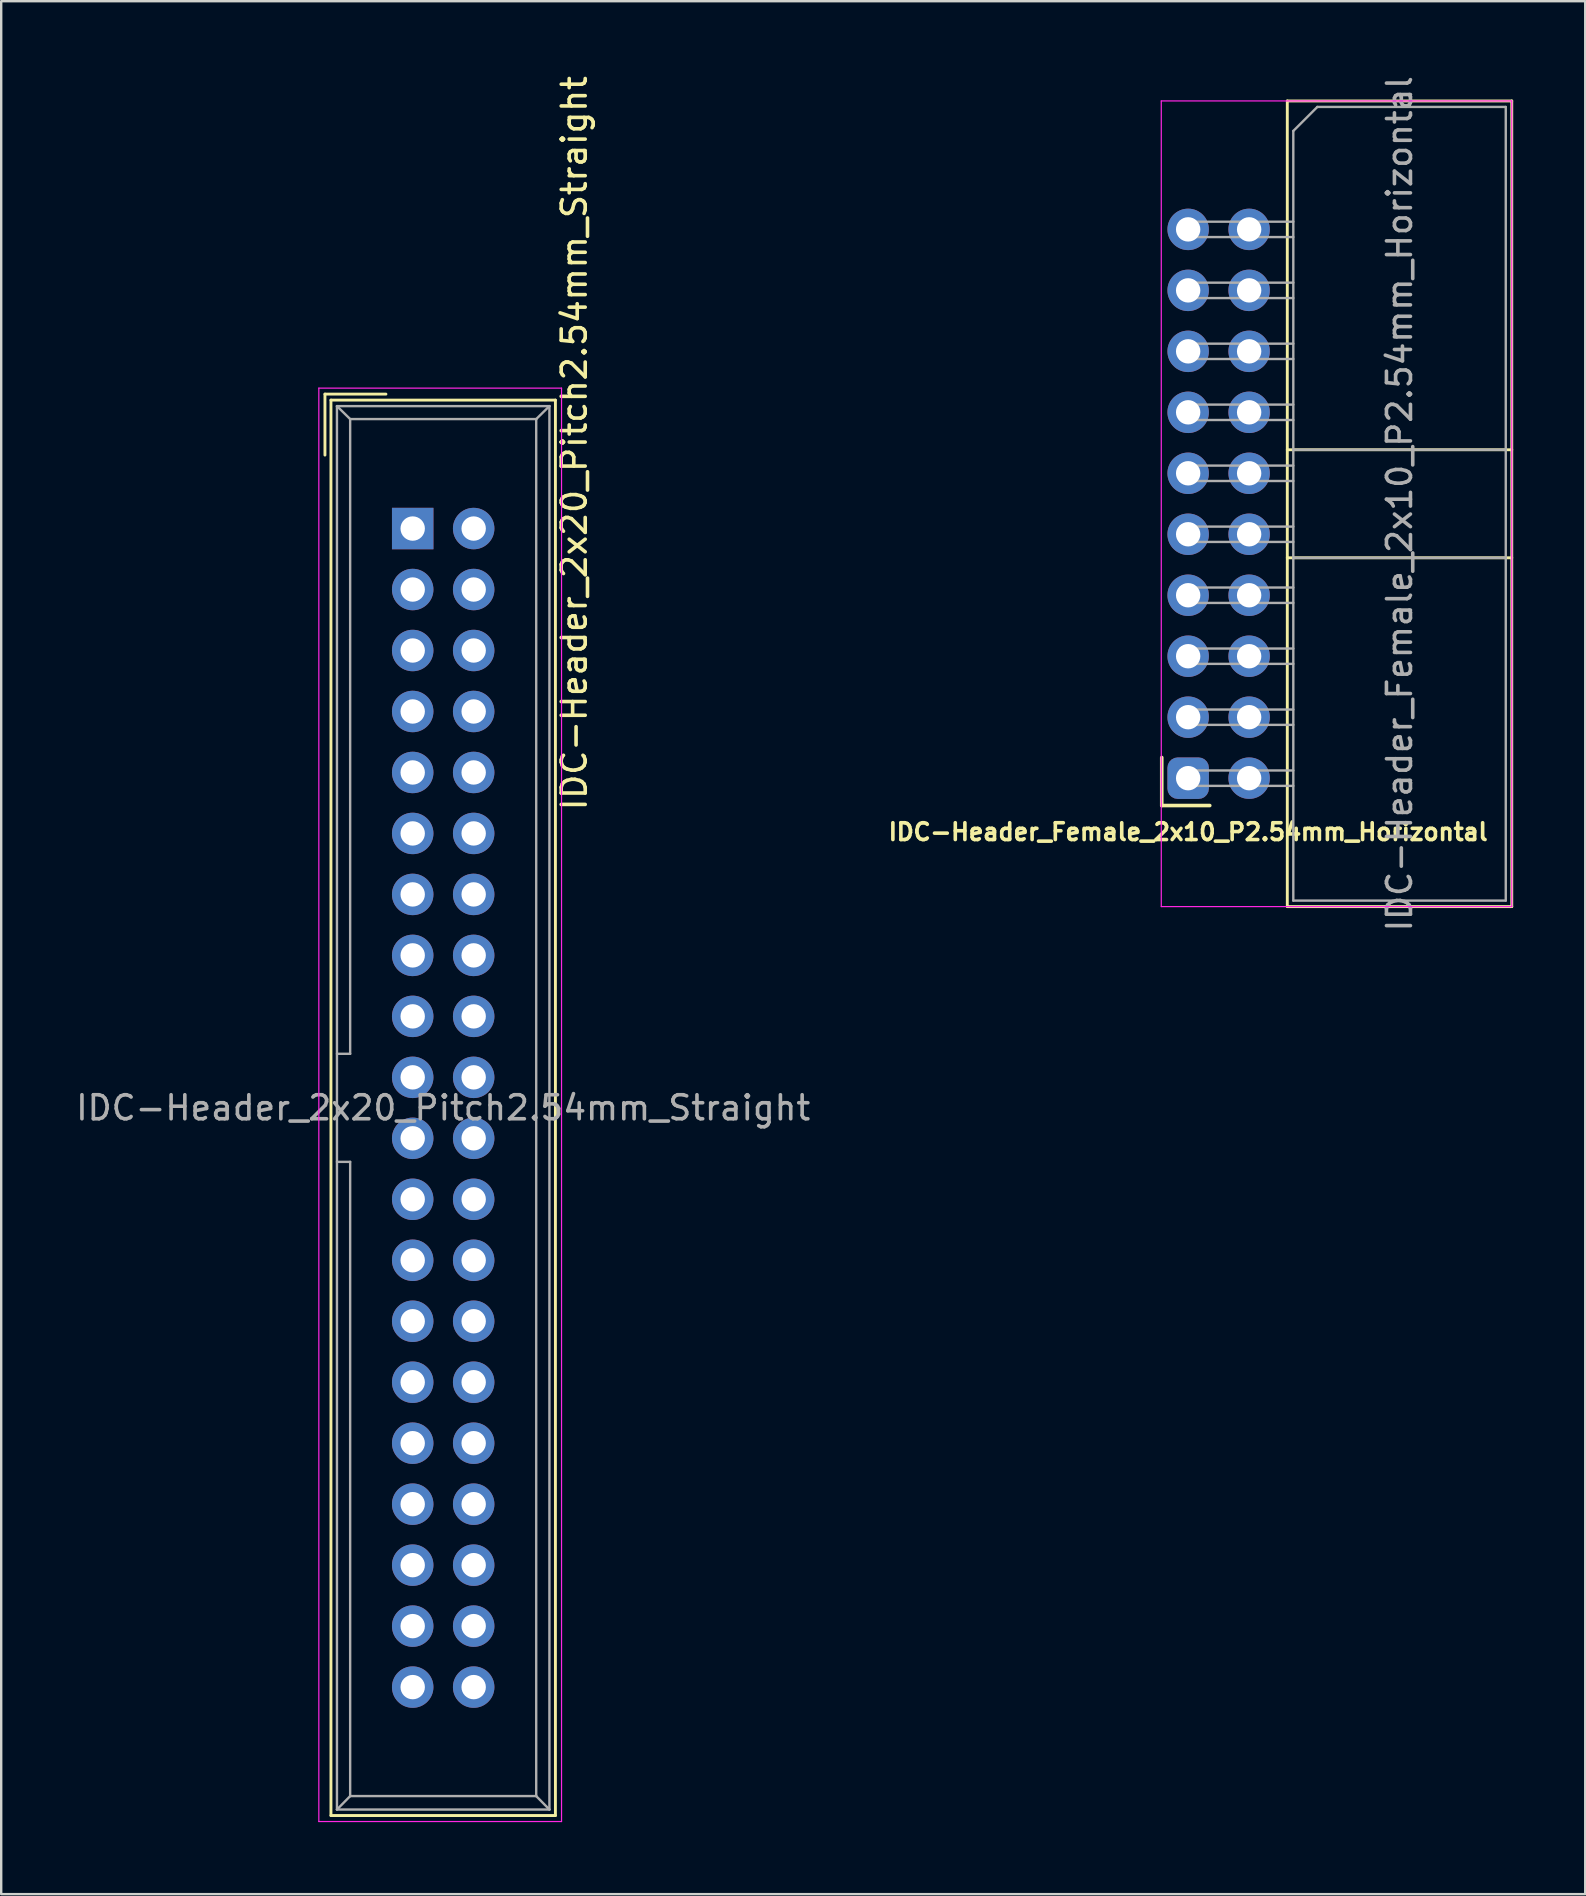
<source format=kicad_pcb>
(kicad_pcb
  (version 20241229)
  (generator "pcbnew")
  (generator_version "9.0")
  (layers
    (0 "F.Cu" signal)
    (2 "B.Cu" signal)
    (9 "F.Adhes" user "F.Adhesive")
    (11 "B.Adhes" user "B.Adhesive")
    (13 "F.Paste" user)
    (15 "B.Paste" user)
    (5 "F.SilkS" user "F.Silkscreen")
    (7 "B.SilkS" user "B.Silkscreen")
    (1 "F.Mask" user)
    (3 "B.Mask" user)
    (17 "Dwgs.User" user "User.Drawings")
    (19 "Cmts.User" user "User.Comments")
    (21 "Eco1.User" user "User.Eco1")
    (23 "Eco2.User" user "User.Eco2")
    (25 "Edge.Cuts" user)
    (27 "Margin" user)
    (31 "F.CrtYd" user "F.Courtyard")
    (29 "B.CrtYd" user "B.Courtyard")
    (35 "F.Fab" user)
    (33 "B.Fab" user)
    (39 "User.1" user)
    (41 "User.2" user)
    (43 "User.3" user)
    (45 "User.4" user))
  (footprint "IDC-Header_Female_2x10_P2.54mm_Horizontal"
    (layer "F.Cu")
    (at 46.443 6.505)
    (property "Reference" "IDC-Header_Female_2x10_P2.54mm_Horizontal" (at 0 25.1 0) (layer "F.SilkS") (effects (font (size 0.7 0.7) (thickness 0.15))))
    (attr through_hole)
    (fp_line (start -1.1 22) (end -1.1 24) (stroke (width 0.15) (type solid)) (layer "F.SilkS"))
    (fp_line (start -1.1 24) (end 0.9 24) (stroke (width 0.15) (type solid)) (layer "F.SilkS"))
    (fp_line (start 4.13 -5.35) (end 13.48 -5.35) (stroke (width 0.12) (type solid)) (layer "F.SilkS"))
    (fp_line (start 4.13 9.18) (end 13.48 9.18) (stroke (width 0.12) (type solid)) (layer "F.SilkS"))
    (fp_line (start 4.13 13.68) (end 13.48 13.68) (stroke (width 0.12) (type solid)) (layer "F.SilkS"))
    (fp_line (start 4.13 28.21) (end 4.13 -5.35) (stroke (width 0.12) (type solid)) (layer "F.SilkS"))
    (fp_line (start 4.13 28.21) (end 13.48 28.21) (stroke (width 0.12) (type solid)) (layer "F.SilkS"))
    (fp_line (start 13.48 -5.35) (end 13.48 28.21) (stroke (width 0.12) (type solid)) (layer "F.SilkS"))
    (fp_line (start -1.12 -5.35) (end 13.48 -5.35) (stroke (width 0.05) (type solid)) (layer "F.CrtYd"))
    (fp_line (start -1.12 28.21) (end -1.12 -5.35) (stroke (width 0.05) (type solid)) (layer "F.CrtYd"))
    (fp_line (start 13.48 -5.35) (end 13.48 28.21) (stroke (width 0.05) (type solid)) (layer "F.CrtYd"))
    (fp_line (start 13.48 28.21) (end -1.12 28.21) (stroke (width 0.05) (type solid)) (layer "F.CrtYd"))
    (fp_line (start -0.32 -0.32) (end -0.32 0.32) (stroke (width 0.1) (type solid)) (layer "F.Fab"))
    (fp_line (start -0.32 0.32) (end 4.38 0.32) (stroke (width 0.1) (type solid)) (layer "F.Fab"))
    (fp_line (start -0.32 2.22) (end -0.32 2.86) (stroke (width 0.1) (type solid)) (layer "F.Fab"))
    (fp_line (start -0.32 2.86) (end 4.38 2.86) (stroke (width 0.1) (type solid)) (layer "F.Fab"))
    (fp_line (start -0.32 4.76) (end -0.32 5.4) (stroke (width 0.1) (type solid)) (layer "F.Fab"))
    (fp_line (start -0.32 5.4) (end 4.38 5.4) (stroke (width 0.1) (type solid)) (layer "F.Fab"))
    (fp_line (start -0.32 7.3) (end -0.32 7.94) (stroke (width 0.1) (type solid)) (layer "F.Fab"))
    (fp_line (start -0.32 7.94) (end 4.38 7.94) (stroke (width 0.1) (type solid)) (layer "F.Fab"))
    (fp_line (start -0.32 9.84) (end -0.32 10.48) (stroke (width 0.1) (type solid)) (layer "F.Fab"))
    (fp_line (start -0.32 10.48) (end 4.38 10.48) (stroke (width 0.1) (type solid)) (layer "F.Fab"))
    (fp_line (start -0.32 12.38) (end -0.32 13.02) (stroke (width 0.1) (type solid)) (layer "F.Fab"))
    (fp_line (start -0.32 13.02) (end 4.38 13.02) (stroke (width 0.1) (type solid)) (layer "F.Fab"))
    (fp_line (start -0.32 14.92) (end -0.32 15.56) (stroke (width 0.1) (type solid)) (layer "F.Fab"))
    (fp_line (start -0.32 15.56) (end 4.38 15.56) (stroke (width 0.1) (type solid)) (layer "F.Fab"))
    (fp_line (start -0.32 17.46) (end -0.32 18.1) (stroke (width 0.1) (type solid)) (layer "F.Fab"))
    (fp_line (start -0.32 18.1) (end 4.38 18.1) (stroke (width 0.1) (type solid)) (layer "F.Fab"))
    (fp_line (start -0.32 20) (end -0.32 20.64) (stroke (width 0.1) (type solid)) (layer "F.Fab"))
    (fp_line (start -0.32 20.64) (end 4.38 20.64) (stroke (width 0.1) (type solid)) (layer "F.Fab"))
    (fp_line (start -0.32 22.54) (end -0.32 23.18) (stroke (width 0.1) (type solid)) (layer "F.Fab"))
    (fp_line (start -0.32 23.18) (end 4.38 23.18) (stroke (width 0.1) (type solid)) (layer "F.Fab"))
    (fp_line (start 4.38 -4.1) (end 5.38 -5.1) (stroke (width 0.1) (type solid)) (layer "F.Fab"))
    (fp_line (start 4.38 -0.32) (end -0.32 -0.32) (stroke (width 0.1) (type solid)) (layer "F.Fab"))
    (fp_line (start 4.38 2.22) (end -0.32 2.22) (stroke (width 0.1) (type solid)) (layer "F.Fab"))
    (fp_line (start 4.38 4.76) (end -0.32 4.76) (stroke (width 0.1) (type solid)) (layer "F.Fab"))
    (fp_line (start 4.38 7.3) (end -0.32 7.3) (stroke (width 0.1) (type solid)) (layer "F.Fab"))
    (fp_line (start 4.38 9.18) (end 13.23 9.18) (stroke (width 0.1) (type solid)) (layer "F.Fab"))
    (fp_line (start 4.38 9.84) (end -0.32 9.84) (stroke (width 0.1) (type solid)) (layer "F.Fab"))
    (fp_line (start 4.38 12.38) (end -0.32 12.38) (stroke (width 0.1) (type solid)) (layer "F.Fab"))
    (fp_line (start 4.38 13.68) (end 13.23 13.68) (stroke (width 0.1) (type solid)) (layer "F.Fab"))
    (fp_line (start 4.38 14.92) (end -0.32 14.92) (stroke (width 0.1) (type solid)) (layer "F.Fab"))
    (fp_line (start 4.38 17.46) (end -0.32 17.46) (stroke (width 0.1) (type solid)) (layer "F.Fab"))
    (fp_line (start 4.38 20) (end -0.32 20) (stroke (width 0.1) (type solid)) (layer "F.Fab"))
    (fp_line (start 4.38 22.54) (end -0.32 22.54) (stroke (width 0.1) (type solid)) (layer "F.Fab"))
    (fp_line (start 4.38 27.96) (end 4.38 -4.1) (stroke (width 0.1) (type solid)) (layer "F.Fab"))
    (fp_line (start 4.38 27.96) (end 13.23 27.96) (stroke (width 0.1) (type solid)) (layer "F.Fab"))
    (fp_line (start 5.38 -5.1) (end 13.23 -5.1) (stroke (width 0.1) (type solid)) (layer "F.Fab"))
    (fp_line (start 13.23 27.96) (end 13.23 -5.1) (stroke (width 0.1) (type solid)) (layer "F.Fab"))
    (fp_text user "${REFERENCE}" (at 8.805 11.43 90) (layer "F.Fab") (effects (font (size 1 1) (thickness 0.15))))
    (pad "1" thru_hole roundrect (at 0 22.86) (size 1.727 1.727) (drill 1.016) (layers "*.Cu" "*.Mask") (roundrect_rratio 0.25))
    (pad "2" thru_hole oval (at 2.54 22.86) (size 1.727 1.727) (drill 1.016) (layers "*.Cu" "*.Mask"))
    (pad "3" thru_hole oval (at 0 20.32) (size 1.727 1.727) (drill 1.016) (layers "*.Cu" "*.Mask"))
    (pad "4" thru_hole oval (at 2.54 20.32) (size 1.727 1.727) (drill 1.016) (layers "*.Cu" "*.Mask"))
    (pad "5" thru_hole oval (at 0 17.78) (size 1.727 1.727) (drill 1.016) (layers "*.Cu" "*.Mask"))
    (pad "6" thru_hole oval (at 2.54 17.78) (size 1.727 1.727) (drill 1.016) (layers "*.Cu" "*.Mask"))
    (pad "7" thru_hole oval (at 0 15.24) (size 1.727 1.727) (drill 1.016) (layers "*.Cu" "*.Mask"))
    (pad "8" thru_hole oval (at 2.54 15.24) (size 1.727 1.727) (drill 1.016) (layers "*.Cu" "*.Mask"))
    (pad "9" thru_hole oval (at 0 12.7) (size 1.727 1.727) (drill 1.016) (layers "*.Cu" "*.Mask"))
    (pad "10" thru_hole oval (at 2.54 12.7) (size 1.727 1.727) (drill 1.016) (layers "*.Cu" "*.Mask"))
    (pad "11" thru_hole oval (at 0 10.16) (size 1.727 1.727) (drill 1.016) (layers "*.Cu" "*.Mask"))
    (pad "12" thru_hole oval (at 2.54 10.16) (size 1.727 1.727) (drill 1.016) (layers "*.Cu" "*.Mask"))
    (pad "13" thru_hole oval (at 0 7.62) (size 1.727 1.727) (drill 1.016) (layers "*.Cu" "*.Mask"))
    (pad "14" thru_hole oval (at 2.54 7.62) (size 1.727 1.727) (drill 1.016) (layers "*.Cu" "*.Mask"))
    (pad "15" thru_hole oval (at 0 5.08) (size 1.727 1.727) (drill 1.016) (layers "*.Cu" "*.Mask"))
    (pad "16" thru_hole oval (at 2.54 5.08) (size 1.727 1.727) (drill 1.016) (layers "*.Cu" "*.Mask"))
    (pad "17" thru_hole oval (at 0 2.54) (size 1.727 1.727) (drill 1.016) (layers "*.Cu" "*.Mask"))
    (pad "18" thru_hole oval (at 2.54 2.54) (size 1.727 1.727) (drill 1.016) (layers "*.Cu" "*.Mask"))
    (pad "19" thru_hole circle (at 0 0) (size 1.727 1.727) (drill 1.016) (layers "*.Cu" "*.Mask"))
    (pad "20" thru_hole oval (at 2.54 0) (size 1.727 1.727) (drill 1.016) (layers "*.Cu" "*.Mask")))
  (footprint "IDC-Header_2x20_Pitch2.54mm_Straight"
    (layer "F.Cu")
    (at 14.141 18.967)
    (property "Reference" "IDC-Header_2x20_Pitch2.54mm_Straight" (at 6.731 -3.556 90) (layer "F.SilkS") (effects (font (size 1 1) (thickness 0.15))))
    (attr through_hole)
    (fp_line (start -3.655 -5.6) (end -3.655 -3.06) (stroke (width 0.12) (type solid)) (layer "F.SilkS"))
    (fp_line (start -3.655 -5.6) (end -1.115 -5.6) (stroke (width 0.12) (type solid)) (layer "F.SilkS"))
    (fp_line (start -3.405 -5.35) (end 5.945 -5.35) (stroke (width 0.12) (type solid)) (layer "F.SilkS"))
    (fp_line (start -3.405 53.61) (end -3.405 -5.35) (stroke (width 0.12) (type solid)) (layer "F.SilkS"))
    (fp_line (start 5.945 -5.35) (end 5.945 53.61) (stroke (width 0.12) (type solid)) (layer "F.SilkS"))
    (fp_line (start 5.945 53.61) (end -3.405 53.61) (stroke (width 0.12) (type solid)) (layer "F.SilkS"))
    (fp_line (start -3.91 -5.85) (end 6.2 -5.85) (stroke (width 0.05) (type solid)) (layer "F.CrtYd"))
    (fp_line (start -3.91 53.86) (end -3.91 -5.85) (stroke (width 0.05) (type solid)) (layer "F.CrtYd"))
    (fp_line (start 6.2 -5.85) (end 6.2 53.86) (stroke (width 0.05) (type solid)) (layer "F.CrtYd"))
    (fp_line (start 6.2 53.86) (end -3.91 53.86) (stroke (width 0.05) (type solid)) (layer "F.CrtYd"))
    (fp_line (start -3.155 -5.1) (end -3.155 53.36) (stroke (width 0.1) (type solid)) (layer "F.Fab"))
    (fp_line (start -3.155 -5.1) (end -2.605 -4.56) (stroke (width 0.1) (type solid)) (layer "F.Fab"))
    (fp_line (start -3.155 53.36) (end -2.605 52.8) (stroke (width 0.1) (type solid)) (layer "F.Fab"))
    (fp_line (start -2.605 -4.56) (end -2.605 21.88) (stroke (width 0.1) (type solid)) (layer "F.Fab"))
    (fp_line (start -2.605 21.88) (end -3.155 21.88) (stroke (width 0.1) (type solid)) (layer "F.Fab"))
    (fp_line (start -2.605 26.38) (end -3.155 26.38) (stroke (width 0.1) (type solid)) (layer "F.Fab"))
    (fp_line (start -2.605 26.38) (end -2.605 52.8) (stroke (width 0.1) (type solid)) (layer "F.Fab"))
    (fp_line (start 5.145 -4.56) (end -2.605 -4.56) (stroke (width 0.1) (type solid)) (layer "F.Fab"))
    (fp_line (start 5.145 -4.56) (end 5.145 52.8) (stroke (width 0.1) (type solid)) (layer "F.Fab"))
    (fp_line (start 5.145 52.8) (end -2.605 52.8) (stroke (width 0.1) (type solid)) (layer "F.Fab"))
    (fp_line (start 5.695 -5.1) (end -3.155 -5.1) (stroke (width 0.1) (type solid)) (layer "F.Fab"))
    (fp_line (start 5.695 -5.1) (end 5.145 -4.56) (stroke (width 0.1) (type solid)) (layer "F.Fab"))
    (fp_line (start 5.695 -5.1) (end 5.695 53.36) (stroke (width 0.1) (type solid)) (layer "F.Fab"))
    (fp_line (start 5.695 53.36) (end -3.155 53.36) (stroke (width 0.1) (type solid)) (layer "F.Fab"))
    (fp_line (start 5.695 53.36) (end 5.145 52.8) (stroke (width 0.1) (type solid)) (layer "F.Fab"))
    (fp_text user "${REFERENCE}" (at 1.27 24.13 0) (layer "F.Fab") (effects (font (size 1 1) (thickness 0.15))))
    (pad "1" thru_hole rect (at 0 0) (size 1.727 1.727) (drill 1.016) (layers "*.Cu" "*.Mask"))
    (pad "2" thru_hole oval (at 2.54 0) (size 1.727 1.727) (drill 1.016) (layers "*.Cu" "*.Mask"))
    (pad "3" thru_hole oval (at 0 2.54) (size 1.727 1.727) (drill 1.016) (layers "*.Cu" "*.Mask"))
    (pad "4" thru_hole oval (at 2.54 2.54) (size 1.727 1.727) (drill 1.016) (layers "*.Cu" "*.Mask"))
    (pad "5" thru_hole oval (at 0 5.08) (size 1.727 1.727) (drill 1.016) (layers "*.Cu" "*.Mask"))
    (pad "6" thru_hole oval (at 2.54 5.08) (size 1.727 1.727) (drill 1.016) (layers "*.Cu" "*.Mask"))
    (pad "7" thru_hole oval (at 0 7.62) (size 1.727 1.727) (drill 1.016) (layers "*.Cu" "*.Mask"))
    (pad "8" thru_hole oval (at 2.54 7.62) (size 1.727 1.727) (drill 1.016) (layers "*.Cu" "*.Mask"))
    (pad "9" thru_hole oval (at 0 10.16) (size 1.727 1.727) (drill 1.016) (layers "*.Cu" "*.Mask"))
    (pad "10" thru_hole oval (at 2.54 10.16) (size 1.727 1.727) (drill 1.016) (layers "*.Cu" "*.Mask"))
    (pad "11" thru_hole oval (at 0 12.7) (size 1.727 1.727) (drill 1.016) (layers "*.Cu" "*.Mask"))
    (pad "12" thru_hole oval (at 2.54 12.7) (size 1.727 1.727) (drill 1.016) (layers "*.Cu" "*.Mask"))
    (pad "13" thru_hole oval (at 0 15.24) (size 1.727 1.727) (drill 1.016) (layers "*.Cu" "*.Mask"))
    (pad "14" thru_hole oval (at 2.54 15.24) (size 1.727 1.727) (drill 1.016) (layers "*.Cu" "*.Mask"))
    (pad "15" thru_hole oval (at 0 17.78) (size 1.727 1.727) (drill 1.016) (layers "*.Cu" "*.Mask"))
    (pad "16" thru_hole oval (at 2.54 17.78) (size 1.727 1.727) (drill 1.016) (layers "*.Cu" "*.Mask"))
    (pad "17" thru_hole oval (at 0 20.32) (size 1.727 1.727) (drill 1.016) (layers "*.Cu" "*.Mask"))
    (pad "18" thru_hole oval (at 2.54 20.32) (size 1.727 1.727) (drill 1.016) (layers "*.Cu" "*.Mask"))
    (pad "19" thru_hole oval (at 0 22.86) (size 1.727 1.727) (drill 1.016) (layers "*.Cu" "*.Mask"))
    (pad "20" thru_hole oval (at 2.54 22.86) (size 1.727 1.727) (drill 1.016) (layers "*.Cu" "*.Mask"))
    (pad "21" thru_hole oval (at 0 25.4) (size 1.727 1.727) (drill 1.016) (layers "*.Cu" "*.Mask"))
    (pad "22" thru_hole oval (at 2.54 25.4) (size 1.727 1.727) (drill 1.016) (layers "*.Cu" "*.Mask"))
    (pad "23" thru_hole oval (at 0 27.94) (size 1.727 1.727) (drill 1.016) (layers "*.Cu" "*.Mask"))
    (pad "24" thru_hole oval (at 2.54 27.94) (size 1.727 1.727) (drill 1.016) (layers "*.Cu" "*.Mask"))
    (pad "25" thru_hole oval (at 0 30.48) (size 1.727 1.727) (drill 1.016) (layers "*.Cu" "*.Mask"))
    (pad "26" thru_hole oval (at 2.54 30.48) (size 1.727 1.727) (drill 1.016) (layers "*.Cu" "*.Mask"))
    (pad "27" thru_hole oval (at 0 33.02) (size 1.727 1.727) (drill 1.016) (layers "*.Cu" "*.Mask"))
    (pad "28" thru_hole oval (at 2.54 33.02) (size 1.727 1.727) (drill 1.016) (layers "*.Cu" "*.Mask"))
    (pad "29" thru_hole oval (at 0 35.56) (size 1.727 1.727) (drill 1.016) (layers "*.Cu" "*.Mask"))
    (pad "30" thru_hole oval (at 2.54 35.56) (size 1.727 1.727) (drill 1.016) (layers "*.Cu" "*.Mask"))
    (pad "31" thru_hole oval (at 0 38.1) (size 1.727 1.727) (drill 1.016) (layers "*.Cu" "*.Mask"))
    (pad "32" thru_hole oval (at 2.54 38.1) (size 1.727 1.727) (drill 1.016) (layers "*.Cu" "*.Mask"))
    (pad "33" thru_hole oval (at 0 40.64) (size 1.727 1.727) (drill 1.016) (layers "*.Cu" "*.Mask"))
    (pad "34" thru_hole oval (at 2.54 40.64) (size 1.727 1.727) (drill 1.016) (layers "*.Cu" "*.Mask"))
    (pad "35" thru_hole oval (at 0 43.18) (size 1.727 1.727) (drill 1.016) (layers "*.Cu" "*.Mask"))
    (pad "36" thru_hole oval (at 2.54 43.18) (size 1.727 1.727) (drill 1.016) (layers "*.Cu" "*.Mask"))
    (pad "37" thru_hole oval (at 0 45.72) (size 1.727 1.727) (drill 1.016) (layers "*.Cu" "*.Mask"))
    (pad "38" thru_hole oval (at 2.54 45.72) (size 1.727 1.727) (drill 1.016) (layers "*.Cu" "*.Mask"))
    (pad "39" thru_hole oval (at 0 48.26) (size 1.727 1.727) (drill 1.016) (layers "*.Cu" "*.Mask"))
    (pad "40" thru_hole oval (at 2.54 48.26) (size 1.727 1.727) (drill 1.016) (layers "*.Cu" "*.Mask")))
  (gr_rect
    (start -3 -3)
    (end 62.983 75.852)
    (stroke (width 0.1) (type default))
    (fill no)
    (layer "Edge.Cuts")))
</source>
